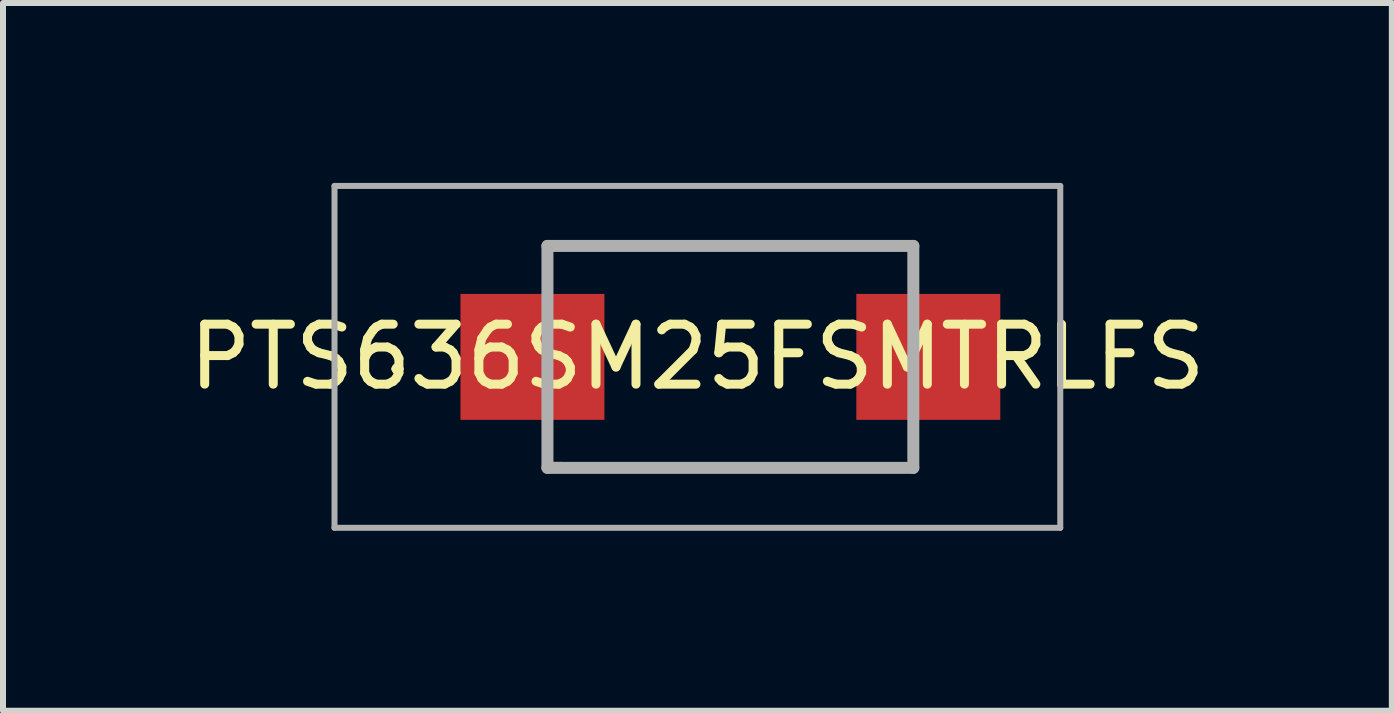
<source format=kicad_pcb>
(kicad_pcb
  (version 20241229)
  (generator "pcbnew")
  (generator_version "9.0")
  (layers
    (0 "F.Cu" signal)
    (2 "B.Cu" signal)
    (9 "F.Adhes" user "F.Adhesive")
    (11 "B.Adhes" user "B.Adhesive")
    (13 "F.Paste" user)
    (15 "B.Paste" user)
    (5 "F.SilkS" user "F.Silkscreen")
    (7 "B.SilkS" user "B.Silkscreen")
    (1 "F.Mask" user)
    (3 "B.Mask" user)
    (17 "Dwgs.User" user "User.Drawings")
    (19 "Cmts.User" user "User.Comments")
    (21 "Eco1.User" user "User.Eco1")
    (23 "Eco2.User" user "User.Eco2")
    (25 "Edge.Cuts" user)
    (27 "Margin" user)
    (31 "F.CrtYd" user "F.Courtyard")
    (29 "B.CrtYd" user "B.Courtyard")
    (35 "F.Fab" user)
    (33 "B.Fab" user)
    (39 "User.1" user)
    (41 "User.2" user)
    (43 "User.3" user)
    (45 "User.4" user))
  (footprint "PTS636SM25FSMTRLFS"
    (layer "F.Cu")
    (at 9.127 2.9)
    (property "Reference" "PTS636SM25FSMTRLFS" (at -0.55 0 0) (layer "F.SilkS") (effects (font (size 1 1) (thickness 0.15))))
    (attr through_hole)
    (fp_line (start -5.6 0.2) (end -5.6 0.2) (stroke (width 0.1) (type solid)) (layer "F.SilkS"))
    (fp_line (start -5.5 0.2) (end -5.5 0.2) (stroke (width 0.1) (type solid)) (layer "F.SilkS"))
    (fp_line (start -3.05 -1.85) (end 3.05 -1.85) (stroke (width 0.1) (type solid)) (layer "F.SilkS"))
    (fp_line (start -3.05 -1.2) (end -3.05 -1.85) (stroke (width 0.1) (type solid)) (layer "F.SilkS"))
    (fp_line (start -3.05 1.2) (end -3.05 1.8) (stroke (width 0.1) (type solid)) (layer "F.SilkS"))
    (fp_line (start -3.05 1.8) (end 3.05 1.85) (stroke (width 0.1) (type solid)) (layer "F.SilkS"))
    (fp_line (start 3.05 -1.85) (end 3.05 -1.2) (stroke (width 0.1) (type solid)) (layer "F.SilkS"))
    (fp_line (start 3.05 1.2) (end 3.05 1.2) (stroke (width 0.1) (type solid)) (layer "F.SilkS"))
    (fp_line (start 3.05 1.85) (end 3.05 1.2) (stroke (width 0.1) (type solid)) (layer "F.SilkS"))
    (fp_arc (start -5.6 0.2) (mid -5.55 0.15) (end -5.5 0.2) (stroke (width 0.1) (type solid)) (layer "F.SilkS"))
    (fp_arc (start -5.5 0.2) (mid -5.55 0.25) (end -5.6 0.2) (stroke (width 0.1) (type solid)) (layer "F.SilkS"))
    (fp_line (start -6.6 -2.85) (end 5.5 -2.85) (stroke (width 0.1) (type solid)) (layer "F.Fab"))
    (fp_line (start -6.6 2.85) (end -6.6 -2.85) (stroke (width 0.1) (type solid)) (layer "F.Fab"))
    (fp_line (start -3.05 -1.85) (end 3.05 -1.85) (stroke (width 0.2) (type solid)) (layer "F.Fab"))
    (fp_line (start -3.05 1.85) (end -3.05 -1.85) (stroke (width 0.2) (type solid)) (layer "F.Fab"))
    (fp_line (start 3.05 -1.85) (end 3.05 1.85) (stroke (width 0.2) (type solid)) (layer "F.Fab"))
    (fp_line (start 3.05 1.85) (end -3.05 1.85) (stroke (width 0.2) (type solid)) (layer "F.Fab"))
    (fp_line (start 5.5 -2.85) (end 5.5 2.85) (stroke (width 0.1) (type solid)) (layer "F.Fab"))
    (fp_line (start 5.5 2.85) (end -6.6 2.85) (stroke (width 0.1) (type solid)) (layer "F.Fab"))
    (pad "1" smd rect (at -3.3 0) (size 2.4 2.1) (layers "F.Cu" "F.Mask" "F.Paste"))
    (pad "2" smd rect (at 3.3 0) (size 2.4 2.1) (layers "F.Cu" "F.Mask" "F.Paste")))
  (gr_rect
    (start -3 -3)
    (end 20.155 8.8)
    (stroke (width 0.1) (type default))
    (fill no)
    (layer "Edge.Cuts")))
</source>
